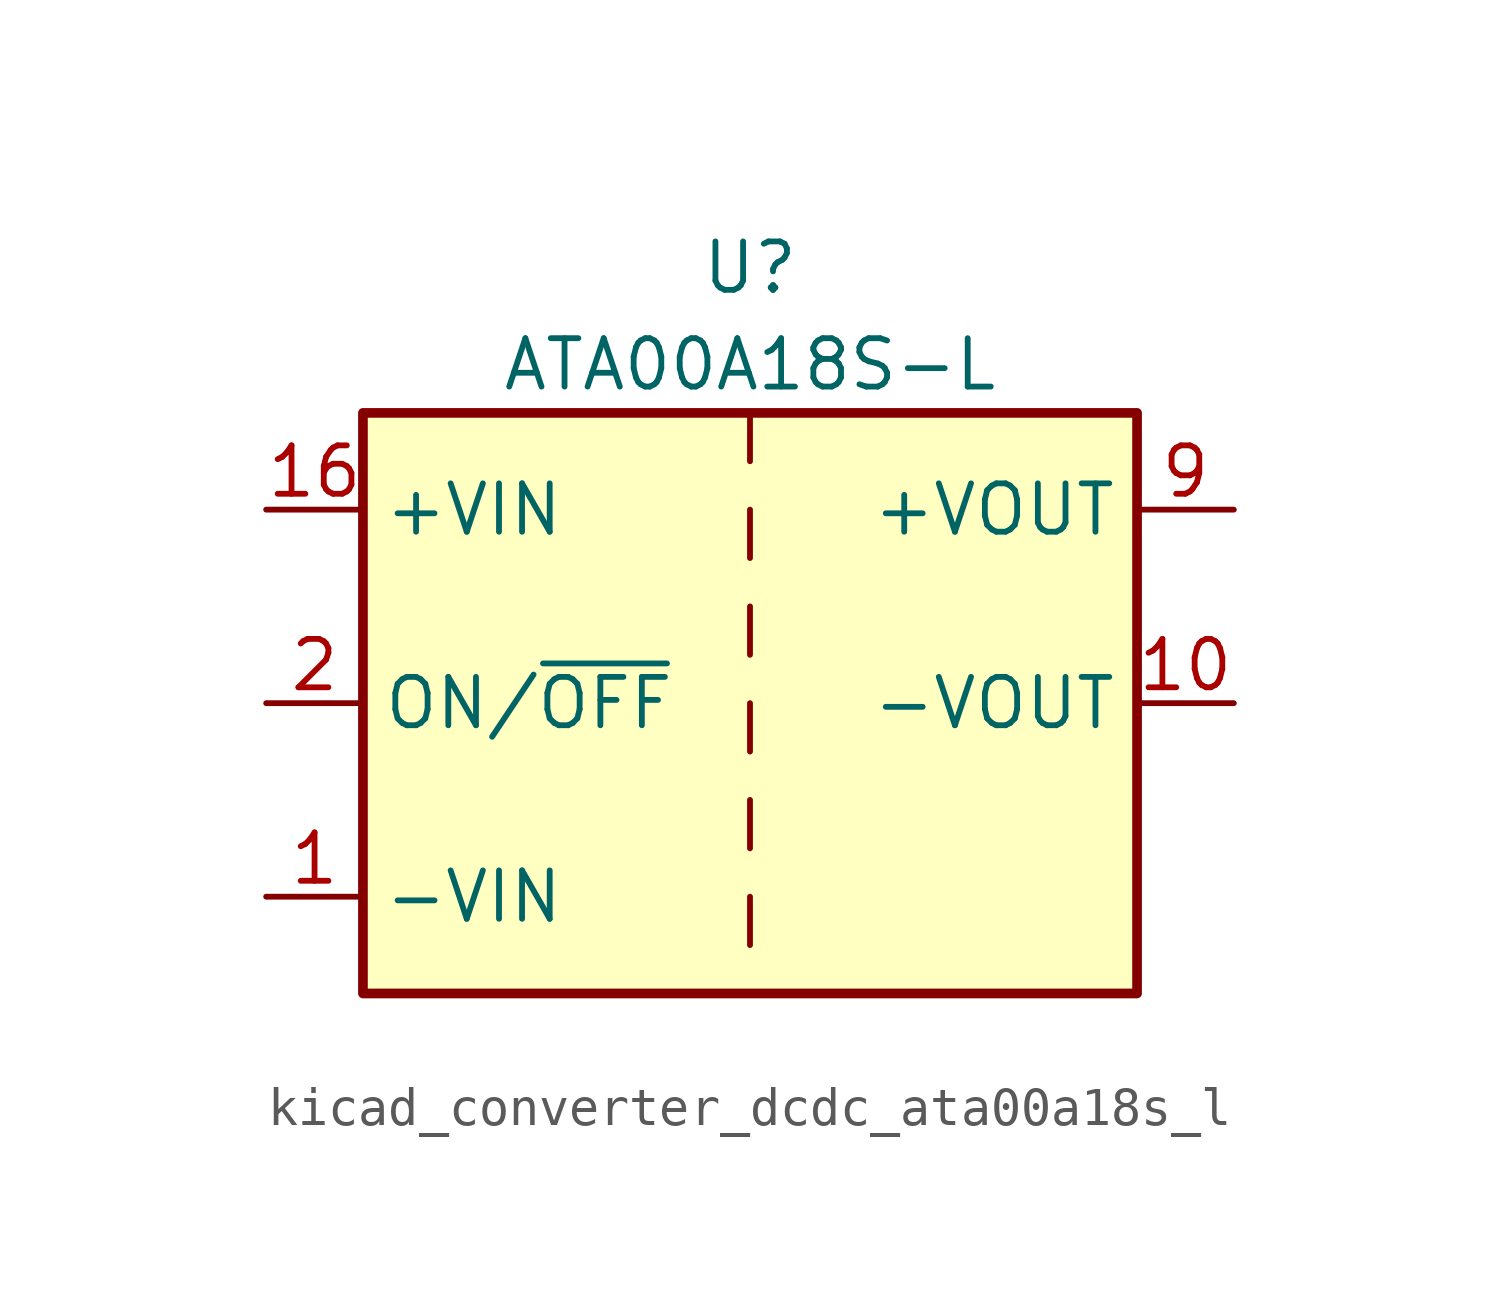
<source format=kicad_sym>
(kicad_symbol_lib
  (version 20220914)
  (generator kicad_symbol_editor)
  (symbol "kicad_converter_dcdc_ata00a18s_l"
    (property "Reference" "U"
      (at 0 11.43 0)
      (effects (font (size 1.27 1.27))))
    (property "Value" "ATA00A18S-L"
      (at 0 8.89 0)
      (effects (font (size 1.27 1.27))))
    (symbol "kicad_converter_dcdc_ata00a18s_l_0_1"
      (rectangle (start -10.16 7.62) (end 10.16 -7.62) (stroke (width 0.254) (type default)) (fill (type background)))
      (polyline (pts (xy 0 -5.08) (xy 0 -6.35)) (stroke (width 0) (type default)) (fill (type none)))
      (polyline (pts (xy 0 -2.54) (xy 0 -3.81)) (stroke (width 0) (type default)) (fill (type none)))
      (polyline (pts (xy 0 0) (xy 0 -1.27)) (stroke (width 0) (type default)) (fill (type none)))
      (polyline (pts (xy 0 2.54) (xy 0 1.27)) (stroke (width 0) (type default)) (fill (type none)))
      (polyline (pts (xy 0 5.08) (xy 0 3.81)) (stroke (width 0) (type default)) (fill (type none)))
      (polyline (pts (xy 0 7.62) (xy 0 6.35)) (stroke (width 0) (type default)) (fill (type none))))
    (symbol "kicad_converter_dcdc_ata00a18s_l_1_1"
      (pin power_in line (at -12.7 -5.08 0) (length 2.54) (name "-VIN" (effects (font (size 1.27 1.27)))) (number "1" (effects (font (size 1.27 1.27)))))
      (pin power_out line (at 12.7 0 180) (length 2.54) (name "-VOUT" (effects (font (size 1.27 1.27)))) (number "10" (effects (font (size 1.27 1.27)))))
      (pin power_in line (at -12.7 5.08 0) (length 2.54) (name "+VIN" (effects (font (size 1.27 1.27)))) (number "16" (effects (font (size 1.27 1.27)))))
      (pin input line (at -12.7 0 0) (length 2.54) (name "ON/~{OFF}" (effects (font (size 1.27 1.27)))) (number "2" (effects (font (size 1.27 1.27)))))
      (pin no_connect line (at 10.16 -2.54 180) (length 2.54) hide (name "NC" (effects (font (size 1.27 1.27)))) (number "7" (effects (font (size 1.27 1.27)))))
      (pin no_connect line (at 10.16 -5.08 180) (length 2.54) hide (name "NC" (effects (font (size 1.27 1.27)))) (number "8" (effects (font (size 1.27 1.27)))))
      (pin power_out line (at 12.7 5.08 180) (length 2.54) (name "+VOUT" (effects (font (size 1.27 1.27)))) (number "9" (effects (font (size 1.27 1.27))))))))
</source>
